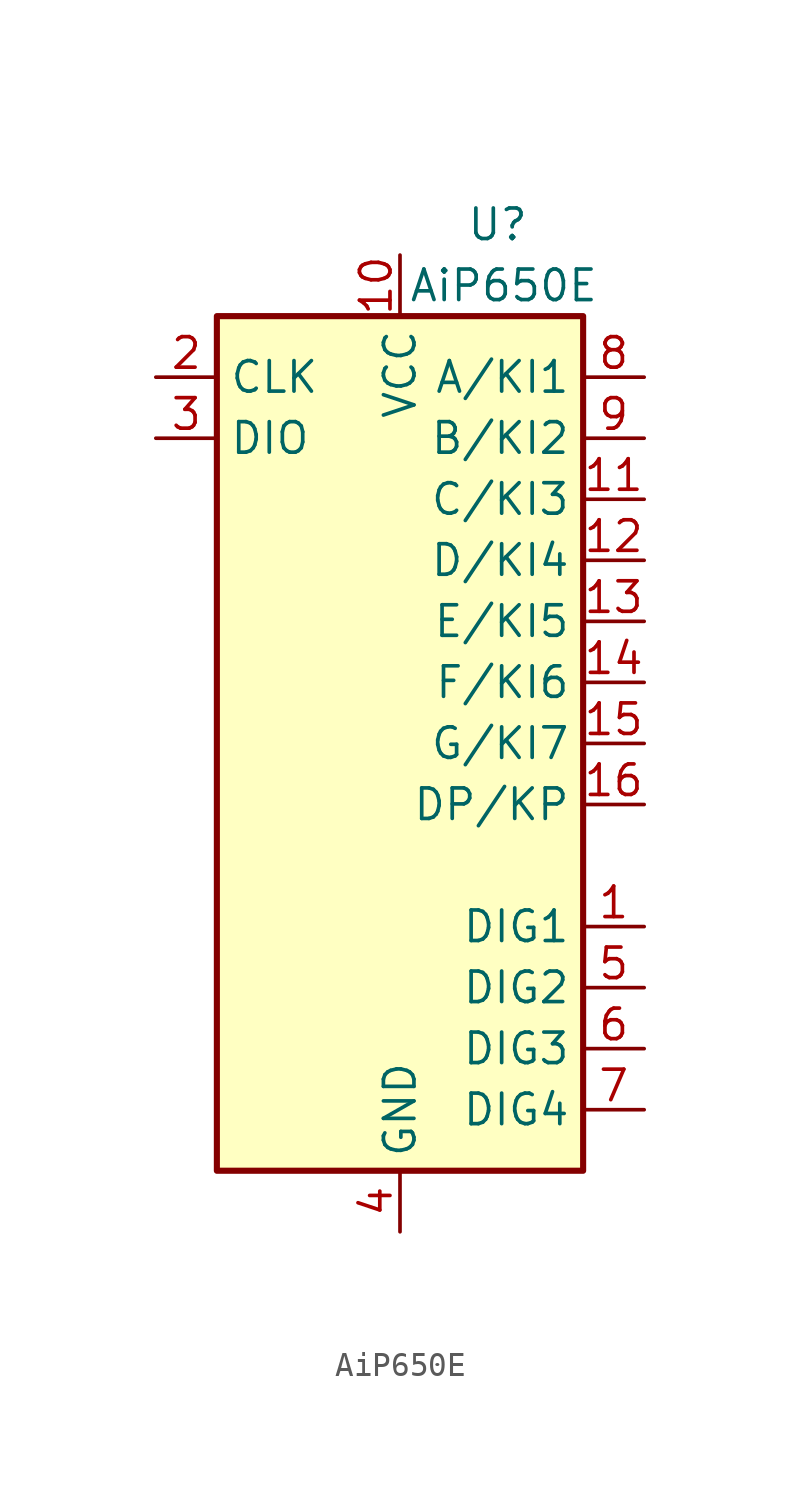
<source format=kicad_sym>
(kicad_symbol_lib
  (version 20241209)
  (generator "kicad_symbol_editor")
  (generator_version "9.0")
  (symbol "AiP650E"
    (property "Reference" "U"
      (at 4.064 21.59 0)
      (effects (font (size 1.27 1.27))))
    (property "Value" "AiP650E"
      (at 4.318 19.05 0)
      (effects (font (size 1.27 1.27))))
    (symbol "AiP650E_1_0"
      (pin input line (at -10.16 15.24 0) (length 2.54) (name "CLK" (effects (font (size 1.27 1.27)))) (number "2" (effects (font (size 1.27 1.27)))))
      (pin bidirectional line (at -10.16 12.7 0) (length 2.54) (name "DIO" (effects (font (size 1.27 1.27)))) (number "3" (effects (font (size 1.27 1.27)))))
      (pin power_in line (at 0 20.32 270) (length 2.54) (name "VCC" (effects (font (size 1.27 1.27)))) (number "10" (effects (font (size 1.27 1.27)))))
      (pin power_in line (at 0 -20.32 90) (length 2.54) (name "GND" (effects (font (size 1.27 1.27)))) (number "4" (effects (font (size 1.27 1.27)))))
      (pin tri_state line (at 10.16 15.24 180) (length 2.54) (name "A/KI1" (effects (font (size 1.27 1.27)))) (number "8" (effects (font (size 1.27 1.27)))))
      (pin tri_state line (at 10.16 12.7 180) (length 2.54) (name "B/KI2" (effects (font (size 1.27 1.27)))) (number "9" (effects (font (size 1.27 1.27)))))
      (pin tri_state line (at 10.16 10.16 180) (length 2.54) (name "C/KI3" (effects (font (size 1.27 1.27)))) (number "11" (effects (font (size 1.27 1.27)))))
      (pin tri_state line (at 10.16 7.62 180) (length 2.54) (name "D/KI4" (effects (font (size 1.27 1.27)))) (number "12" (effects (font (size 1.27 1.27)))))
      (pin tri_state line (at 10.16 5.08 180) (length 2.54) (name "E/KI5" (effects (font (size 1.27 1.27)))) (number "13" (effects (font (size 1.27 1.27)))))
      (pin tri_state line (at 10.16 2.54 180) (length 2.54) (name "F/KI6" (effects (font (size 1.27 1.27)))) (number "14" (effects (font (size 1.27 1.27)))))
      (pin tri_state line (at 10.16 0 180) (length 2.54) (name "G/KI7" (effects (font (size 1.27 1.27)))) (number "15" (effects (font (size 1.27 1.27)))))
      (pin tri_state line (at 10.16 -2.54 180) (length 2.54) (name "DP/KP" (effects (font (size 1.27 1.27)))) (number "16" (effects (font (size 1.27 1.27)))))
      (pin output line (at 10.16 -7.62 180) (length 2.54) (name "DIG1" (effects (font (size 1.27 1.27)))) (number "1" (effects (font (size 1.27 1.27)))))
      (pin output line (at 10.16 -10.16 180) (length 2.54) (name "DIG2" (effects (font (size 1.27 1.27)))) (number "5" (effects (font (size 1.27 1.27)))))
      (pin output line (at 10.16 -12.7 180) (length 2.54) (name "DIG3" (effects (font (size 1.27 1.27)))) (number "6" (effects (font (size 1.27 1.27)))))
      (pin output line (at 10.16 -15.24 180) (length 2.54) (name "DIG4" (effects (font (size 1.27 1.27)))) (number "7" (effects (font (size 1.27 1.27))))))
    (symbol "AiP650E_1_1"
      (rectangle (start -7.62 17.78) (end 7.62 -17.78) (stroke (width 0.254) (type default)) (fill (type background))))))
</source>
